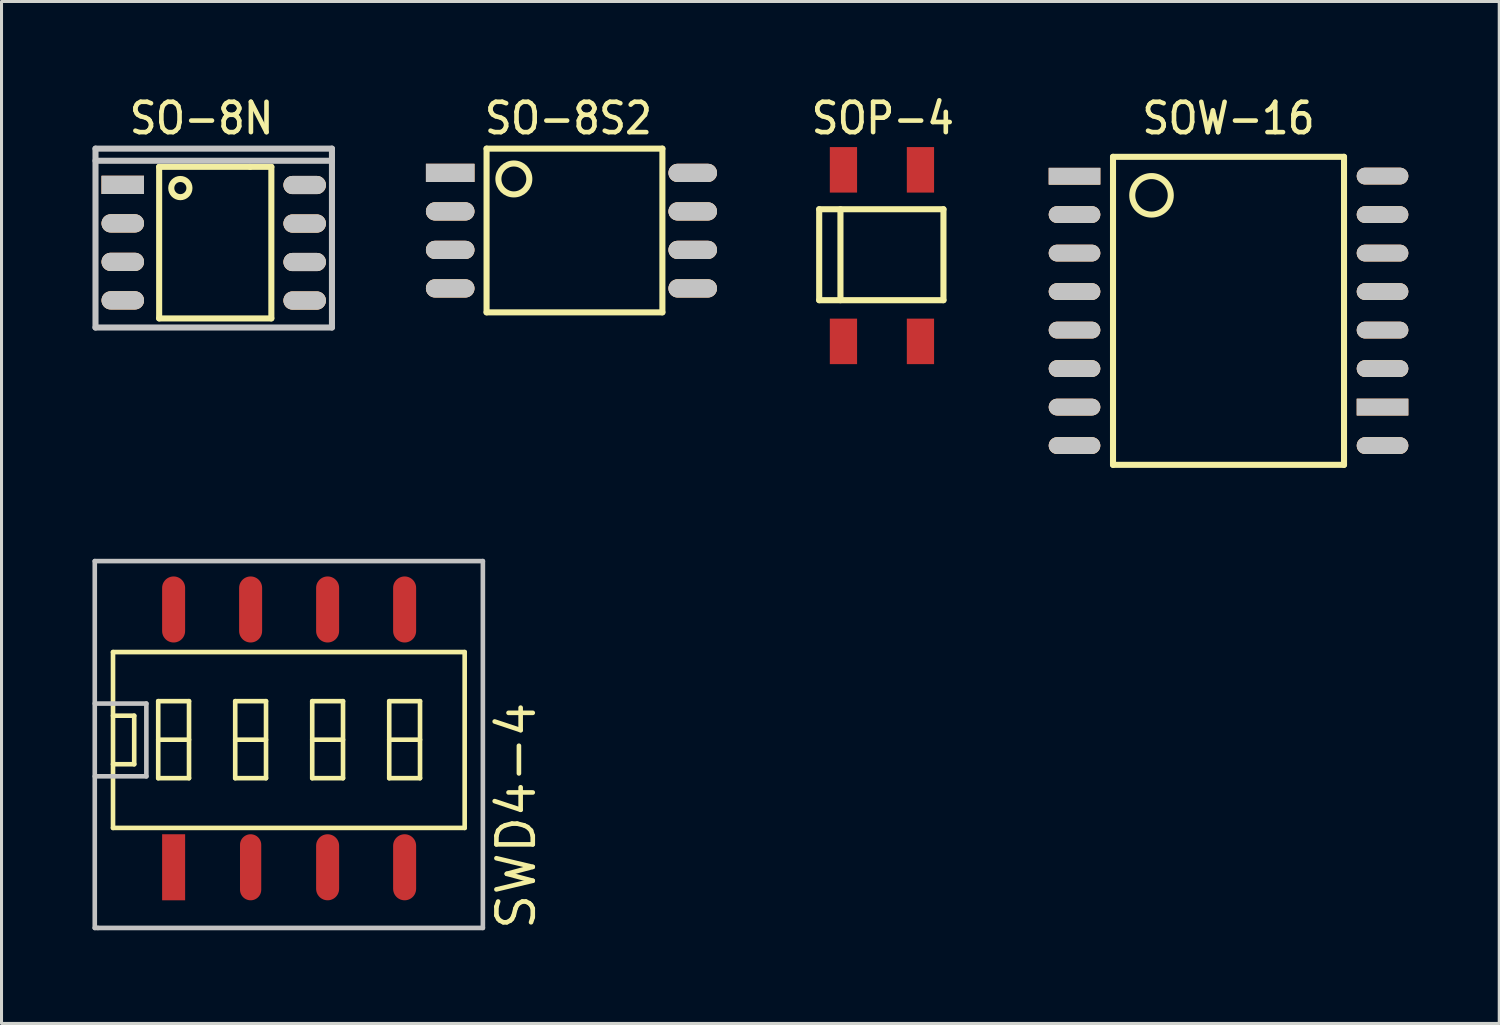
<source format=kicad_pcb>
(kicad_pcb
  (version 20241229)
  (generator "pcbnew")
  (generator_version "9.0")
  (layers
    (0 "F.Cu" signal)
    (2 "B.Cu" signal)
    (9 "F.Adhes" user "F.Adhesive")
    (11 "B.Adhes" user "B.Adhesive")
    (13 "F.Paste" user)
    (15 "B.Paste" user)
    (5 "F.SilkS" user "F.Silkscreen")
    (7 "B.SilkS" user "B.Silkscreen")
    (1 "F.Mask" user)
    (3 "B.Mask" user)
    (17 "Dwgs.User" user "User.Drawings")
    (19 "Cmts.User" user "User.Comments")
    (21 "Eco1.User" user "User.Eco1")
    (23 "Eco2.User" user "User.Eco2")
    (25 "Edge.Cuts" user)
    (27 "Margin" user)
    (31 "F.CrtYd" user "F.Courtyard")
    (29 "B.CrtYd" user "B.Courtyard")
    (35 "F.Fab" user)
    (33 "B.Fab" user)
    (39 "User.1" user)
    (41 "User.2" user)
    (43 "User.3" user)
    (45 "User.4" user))
  (footprint "SOP-4"
    (layer "F.Cu")
    (at 24.772 2.552)
    (property "Reference" "SOP-4" (at 1.3 -1.699 0) (layer "F.SilkS") (effects (font (size 1.001 0.899) (thickness 0.152))))
    (attr through_hole)
    (fp_line (start -0.8 1.3) (end -0.8 4.3) (stroke (width 0.201) (type solid)) (layer "F.SilkS"))
    (fp_line (start -0.8 1.3) (end 3.299 1.3) (stroke (width 0.201) (type solid)) (layer "F.SilkS"))
    (fp_line (start -0.8 4.3) (end 3.299 4.3) (stroke (width 0.201) (type solid)) (layer "F.SilkS"))
    (fp_line (start -0.099 1.3) (end -0.099 4.3) (stroke (width 0.201) (type solid)) (layer "F.SilkS"))
    (fp_line (start 3.299 1.3) (end 3.299 4.3) (stroke (width 0.201) (type solid)) (layer "F.SilkS"))
    (pad "1" smd rect (at 0 5.659) (size 0.899 1.501) (layers "F.Cu" "F.Mask" "F.Paste"))
    (pad "2" smd rect (at 2.54 5.659) (size 0.899 1.501) (layers "F.Cu" "F.Mask" "F.Paste"))
    (pad "3" smd rect (at 2.54 0) (size 0.899 1.501) (layers "F.Cu" "F.Mask" "F.Paste"))
    (pad "4" smd rect (at 0 0) (size 0.899 1.501) (layers "F.Cu" "F.Mask" "F.Paste")))
  (footprint "SOW-16"
    (layer "F.Cu")
    (at 32.394 2.758)
    (property "Reference" "SOW-16" (at 5.08 -1.905 0) (layer "F.SilkS") (effects (font (size 1.001 0.899) (thickness 0.152))))
    (attr smd)
    (fp_line (start 1.27 -0.635) (end 8.89 -0.635) (stroke (width 0.2) (type solid)) (layer "F.SilkS"))
    (fp_line (start 1.27 9.525) (end 1.27 -0.635) (stroke (width 0.2) (type solid)) (layer "F.SilkS"))
    (fp_line (start 8.89 -0.635) (end 8.89 9.525) (stroke (width 0.2) (type solid)) (layer "F.SilkS"))
    (fp_line (start 8.89 9.525) (end 1.27 9.525) (stroke (width 0.2) (type solid)) (layer "F.SilkS"))
    (fp_circle (center 2.54 0.635) (end 3.175 0.635) (stroke (width 0.2) (type solid)) (fill no) (layer "F.SilkS"))
    (pad "1" smd rect (at -0.00002 0.005) (size 1.7 0.551) (layers "F.Cu" "F.Mask" "F.SilkS" "F.Paste" "Dwgs.User"))
    (pad "2" smd oval (at -0.00002 1.27) (size 1.7 0.551) (layers "F.Cu" "F.Mask" "F.SilkS" "F.Paste" "Dwgs.User"))
    (pad "3" smd oval (at -0.00002 2.54) (size 1.7 0.551) (layers "F.Cu" "F.Mask" "F.SilkS" "F.Paste" "Dwgs.User"))
    (pad "4" smd oval (at -0.00002 3.81) (size 1.7 0.551) (layers "F.Cu" "F.Mask" "F.SilkS" "F.Paste" "Dwgs.User"))
    (pad "5" smd oval (at -0.00002 5.08) (size 1.7 0.551) (layers "F.Cu" "F.Mask" "F.SilkS" "F.Paste" "Dwgs.User"))
    (pad "6" smd oval (at -0.00002 6.35) (size 1.7 0.551) (layers "F.Cu" "F.Mask" "F.SilkS" "F.Paste" "Dwgs.User"))
    (pad "7" smd oval (at -0.00002 7.62) (size 1.7 0.551) (layers "F.Cu" "F.Mask" "F.SilkS" "F.Paste" "Dwgs.User"))
    (pad "8" smd oval (at -0.00002 8.89) (size 1.7 0.551) (layers "F.Cu" "F.Mask" "F.SilkS" "F.Paste" "Dwgs.User"))
    (pad "9" smd oval (at 10.16 8.89) (size 1.7 0.551) (layers "F.Cu" "F.Mask" "F.SilkS" "F.Paste" "Dwgs.User"))
    (pad "10" smd rect (at 10.16 7.62) (size 1.7 0.551) (layers "F.Cu" "F.Mask" "F.SilkS" "F.Paste" "Dwgs.User"))
    (pad "11" smd oval (at 10.16 6.35) (size 1.7 0.551) (layers "F.Cu" "F.Mask" "F.SilkS" "F.Paste" "Dwgs.User"))
    (pad "12" smd oval (at 10.16 5.08) (size 1.7 0.551) (layers "F.Cu" "F.Mask" "F.SilkS" "F.Paste" "Dwgs.User"))
    (pad "13" smd oval (at 10.16 3.81) (size 1.7 0.551) (layers "F.Cu" "F.Mask" "F.SilkS" "F.Paste" "Dwgs.User"))
    (pad "14" smd oval (at 10.16 2.54) (size 1.7 0.551) (layers "F.Cu" "F.Mask" "F.SilkS" "F.Paste" "Dwgs.User"))
    (pad "15" smd oval (at 10.16 1.27) (size 1.7 0.551) (layers "F.Cu" "F.Mask" "F.SilkS" "F.Paste" "Dwgs.User"))
    (pad "16" smd oval (at 10.16 0) (size 1.7 0.551) (layers "F.Cu" "F.Mask" "F.SilkS" "F.Paste" "Dwgs.User")))
  (footprint "SO-8N"
    (layer "F.Cu")
    (at 1 3.053)
    (property "Reference" "SO-8N" (at 2.6 -2.2 0) (layer "F.SilkS") (effects (font (size 1.001 0.899) (thickness 0.152))))
    (attr smd)
    (fp_line (start 1.199 -0.599) (end 4.201 -0.599) (stroke (width 0.2) (type solid)) (layer "F.SilkS"))
    (fp_line (start 1.199 4.399) (end 1.199 4.3) (stroke (width 0.152) (type solid)) (layer "F.SilkS"))
    (fp_line (start 1.2 -0.6) (end 1.2 4.4) (stroke (width 0.2) (type solid)) (layer "F.SilkS"))
    (fp_line (start 1.2 4.4) (end 4.9 4.4) (stroke (width 0.2) (type solid)) (layer "F.SilkS"))
    (fp_line (start 4.2 -0.6) (end 4.9 -0.6) (stroke (width 0.2) (type solid)) (layer "F.SilkS"))
    (fp_line (start 4.901 -0.599) (end 4.901 4.399) (stroke (width 0.2) (type solid)) (layer "F.SilkS"))
    (fp_circle (center 1.899 0.101) (end 2.199 0.101) (stroke (width 0.2) (type solid)) (fill no) (layer "F.SilkS"))
    (fp_line (start -0.9 -1.2) (end -0.9 4.7) (stroke (width 0.2) (type solid)) (layer "Dwgs.User"))
    (fp_line (start -0.9 -0.8) (end 6.9 -0.8) (stroke (width 0.2) (type solid)) (layer "Dwgs.User"))
    (fp_line (start -0.9 4.7) (end 6.9 4.7) (stroke (width 0.2) (type solid)) (layer "Dwgs.User"))
    (fp_line (start 6.9 -1.2) (end -0.9 -1.2) (stroke (width 0.2) (type solid)) (layer "Dwgs.User"))
    (fp_line (start 6.9 4.7) (end 6.9 -1.2) (stroke (width 0.2) (type solid)) (layer "Dwgs.User"))
    (pad "1" smd rect (at -0.00002 -0.005) (size 1.4 0.599) (layers "F.Cu" "F.Mask" "F.SilkS" "F.Paste" "Dwgs.User"))
    (pad "2" smd oval (at -0.00002 1.265) (size 1.4 0.599) (layers "F.Cu" "F.Mask" "F.SilkS" "F.Paste" "Dwgs.User"))
    (pad "3" smd oval (at -0.00002 2.535) (size 1.4 0.599) (layers "F.Cu" "F.Mask" "F.SilkS" "F.Paste" "Dwgs.User"))
    (pad "4" smd oval (at -0.00002 3.805) (size 1.4 0.599) (layers "F.Cu" "F.Mask" "F.SilkS" "F.Paste" "Dwgs.User"))
    (pad "5" smd oval (at 6 3.81) (size 1.4 0.599) (layers "F.Cu" "F.Mask" "F.SilkS" "F.Paste" "Dwgs.User"))
    (pad "6" smd oval (at 6 2.54) (size 1.4 0.599) (layers "F.Cu" "F.Mask" "F.SilkS" "F.Paste" "Dwgs.User"))
    (pad "7" smd oval (at 6 1.27) (size 1.4 0.599) (layers "F.Cu" "F.Mask" "F.SilkS" "F.Paste" "Dwgs.User"))
    (pad "8" smd oval (at 6 0) (size 1.4 0.599) (layers "F.Cu" "F.Mask" "F.SilkS" "F.Paste" "Dwgs.User")))
  (footprint "SO-8S2"
    (layer "F.Cu")
    (at 11.8 2.653)
    (property "Reference" "SO-8S2" (at 3.9 -1.8 0) (layer "F.SilkS") (effects (font (size 1.001 0.899) (thickness 0.152))))
    (attr smd)
    (fp_line (start 1.199 4.399) (end 1.199 4.3) (stroke (width 0.152) (type solid)) (layer "F.SilkS"))
    (fp_line (start 1.2 -0.8) (end 1.2 4.6) (stroke (width 0.2) (type solid)) (layer "F.SilkS"))
    (fp_line (start 1.2 4.6) (end 7 4.6) (stroke (width 0.2) (type solid)) (layer "F.SilkS"))
    (fp_line (start 7 -0.8) (end 1.2 -0.8) (stroke (width 0.2) (type solid)) (layer "F.SilkS"))
    (fp_line (start 7 4.6) (end 7 -0.8) (stroke (width 0.2) (type solid)) (layer "F.SilkS"))
    (fp_circle (center 2.1 0.2) (end 2.6 0.3) (stroke (width 0.2) (type solid)) (fill no) (layer "F.SilkS"))
    (pad "1" smd rect (at 0 0) (size 1.6 0.599) (layers "F.Cu" "F.Mask" "F.SilkS" "F.Paste" "Dwgs.User"))
    (pad "2" smd oval (at 0 1.27) (size 1.6 0.599) (layers "F.Cu" "F.Mask" "F.SilkS" "F.Paste" "Dwgs.User"))
    (pad "3" smd oval (at 0 2.54) (size 1.6 0.599) (layers "F.Cu" "F.Mask" "F.SilkS" "F.Paste" "Dwgs.User"))
    (pad "4" smd oval (at 0 3.81) (size 1.6 0.599) (layers "F.Cu" "F.Mask" "F.SilkS" "F.Paste" "Dwgs.User"))
    (pad "5" smd oval (at 8 3.81) (size 1.6 0.599) (layers "F.Cu" "F.Mask" "F.SilkS" "F.Paste" "Dwgs.User"))
    (pad "6" smd oval (at 8 2.54) (size 1.6 0.599) (layers "F.Cu" "F.Mask" "F.SilkS" "F.Paste" "Dwgs.User"))
    (pad "7" smd oval (at 8 1.27) (size 1.6 0.599) (layers "F.Cu" "F.Mask" "F.SilkS" "F.Paste" "Dwgs.User"))
    (pad "8" smd oval (at 8 0) (size 1.6 0.599) (layers "F.Cu" "F.Mask" "F.SilkS" "F.Paste" "Dwgs.User")))
  (footprint "SWD4-4"
    (layer "F.Cu")
    (at 2.677 17.059)
    (property "Reference" "SWD4-4" (at 11.3 6.802 90) (layer "F.SilkS") (effects (font (size 1.199 1.199) (thickness 0.152))))
    (attr smd)
    (fp_line (start -1.999 1.4) (end 9.601 1.4) (stroke (width 0.152) (type solid)) (layer "F.SilkS"))
    (fp_line (start -1.999 3.5) (end -1.3 3.5) (stroke (width 0.152) (type solid)) (layer "F.SilkS"))
    (fp_line (start -1.999 7.201) (end -1.999 1.4) (stroke (width 0.152) (type solid)) (layer "F.SilkS"))
    (fp_line (start -1.999 7.201) (end 9.601 7.201) (stroke (width 0.152) (type solid)) (layer "F.SilkS"))
    (fp_line (start -1.3 3.5) (end -1.3 5.1) (stroke (width 0.152) (type solid)) (layer "F.SilkS"))
    (fp_line (start -1.3 5.1) (end -1.999 5.1) (stroke (width 0.152) (type solid)) (layer "F.SilkS"))
    (fp_line (start -0.508 3.02) (end -0.508 5.56) (stroke (width 0.152) (type solid)) (layer "F.SilkS"))
    (fp_line (start -0.508 3.02) (end 0.508 3.02) (stroke (width 0.152) (type solid)) (layer "F.SilkS"))
    (fp_line (start -0.508 4.29) (end 0.508 4.29) (stroke (width 0.152) (type solid)) (layer "F.SilkS"))
    (fp_line (start -0.508 5.56) (end 0.508 5.56) (stroke (width 0.152) (type solid)) (layer "F.SilkS"))
    (fp_line (start 0.508 3.02) (end 0.508 5.56) (stroke (width 0.152) (type solid)) (layer "F.SilkS"))
    (fp_line (start 2.032 3.02) (end 2.032 5.56) (stroke (width 0.152) (type solid)) (layer "F.SilkS"))
    (fp_line (start 2.032 3.02) (end 3.048 3.02) (stroke (width 0.152) (type solid)) (layer "F.SilkS"))
    (fp_line (start 2.032 4.29) (end 3.048 4.29) (stroke (width 0.152) (type solid)) (layer "F.SilkS"))
    (fp_line (start 2.032 5.56) (end 3.048 5.56) (stroke (width 0.152) (type solid)) (layer "F.SilkS"))
    (fp_line (start 3.048 3.02) (end 3.048 5.56) (stroke (width 0.152) (type solid)) (layer "F.SilkS"))
    (fp_line (start 4.572 3.02) (end 4.572 5.56) (stroke (width 0.152) (type solid)) (layer "F.SilkS"))
    (fp_line (start 4.572 3.02) (end 5.588 3.02) (stroke (width 0.152) (type solid)) (layer "F.SilkS"))
    (fp_line (start 4.572 4.29) (end 5.588 4.29) (stroke (width 0.152) (type solid)) (layer "F.SilkS"))
    (fp_line (start 4.572 5.56) (end 5.588 5.56) (stroke (width 0.152) (type solid)) (layer "F.SilkS"))
    (fp_line (start 5.588 3.02) (end 5.588 5.56) (stroke (width 0.152) (type solid)) (layer "F.SilkS"))
    (fp_line (start 7.112 3.02) (end 7.112 5.56) (stroke (width 0.152) (type solid)) (layer "F.SilkS"))
    (fp_line (start 7.112 3.02) (end 8.128 3.02) (stroke (width 0.152) (type solid)) (layer "F.SilkS"))
    (fp_line (start 7.112 4.29) (end 8.128 4.29) (stroke (width 0.152) (type solid)) (layer "F.SilkS"))
    (fp_line (start 7.112 5.56) (end 8.128 5.56) (stroke (width 0.152) (type solid)) (layer "F.SilkS"))
    (fp_line (start 8.128 3.02) (end 8.128 5.56) (stroke (width 0.152) (type solid)) (layer "F.SilkS"))
    (fp_line (start 9.601 7.201) (end 9.601 1.4) (stroke (width 0.152) (type solid)) (layer "F.SilkS"))
    (fp_line (start -2.601 -1.6) (end 10.201 -1.6) (stroke (width 0.152) (type solid)) (layer "Dwgs.User"))
    (fp_line (start -2.601 3.099) (end -0.899 3.099) (stroke (width 0.152) (type solid)) (layer "Dwgs.User"))
    (fp_line (start -2.601 10.5) (end -2.601 -1.6) (stroke (width 0.152) (type solid)) (layer "Dwgs.User"))
    (fp_line (start -2.499 10.5) (end -2.601 10.5) (stroke (width 0.152) (type solid)) (layer "Dwgs.User"))
    (fp_line (start -0.899 3.099) (end -0.899 5.499) (stroke (width 0.152) (type solid)) (layer "Dwgs.User"))
    (fp_line (start -0.899 5.499) (end -2.601 5.499) (stroke (width 0.152) (type solid)) (layer "Dwgs.User"))
    (fp_line (start 10.201 -1.6) (end 10.201 10.5) (stroke (width 0.152) (type solid)) (layer "Dwgs.User"))
    (fp_line (start 10.201 10.5) (end -2.499 10.5) (stroke (width 0.152) (type solid)) (layer "Dwgs.User"))
    (pad "1" smd rect (at 0 8.499) (size 0.759 2.179) (layers "F.Cu" "F.Mask" "F.Paste"))
    (pad "2" smd oval (at 2.54 8.499) (size 0.701 2.179) (layers "F.Cu" "F.Mask" "F.Paste"))
    (pad "3" smd oval (at 5.08 8.499) (size 0.759 2.179) (layers "F.Cu" "F.Mask" "F.Paste"))
    (pad "4" smd oval (at 7.62 8.499) (size 0.759 2.179) (layers "F.Cu" "F.Mask" "F.Paste"))
    (pad "5" smd oval (at 7.62 -0.005) (size 0.759 2.179) (layers "F.Cu" "F.Mask" "F.Paste"))
    (pad "6" smd oval (at 5.08 -0.005) (size 0.759 2.179) (layers "F.Cu" "F.Mask" "F.Paste"))
    (pad "7" smd oval (at 2.54 -0.005) (size 0.759 2.179) (layers "F.Cu" "F.Mask" "F.Paste"))
    (pad "8" smd oval (at 0 -0.005) (size 0.759 2.179) (layers "F.Cu" "F.Mask" "F.Paste")))
  (gr_rect
    (start -3 -3)
    (end 46.404 30.71)
    (stroke (width 0.1) (type default))
    (fill no)
    (layer "Edge.Cuts")))
</source>
